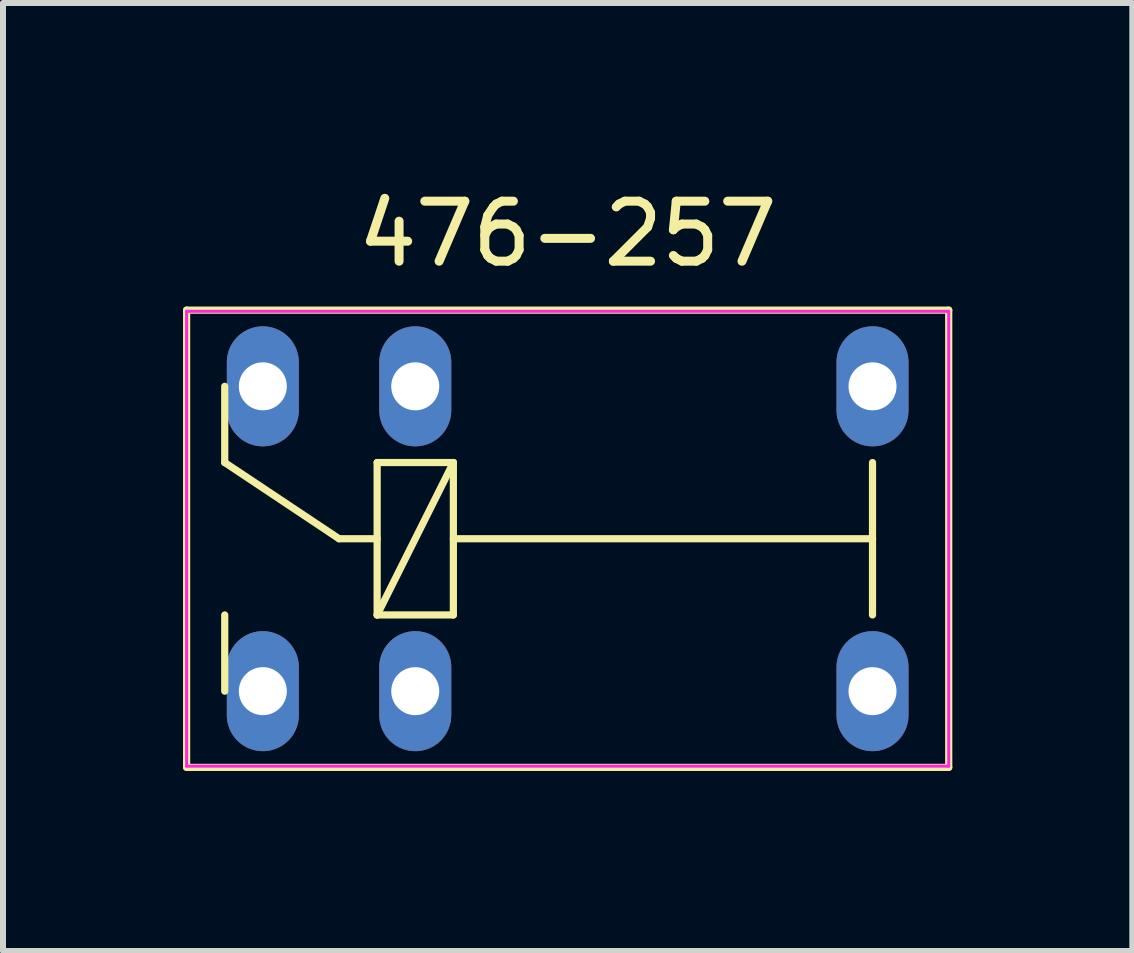
<source format=kicad_pcb>
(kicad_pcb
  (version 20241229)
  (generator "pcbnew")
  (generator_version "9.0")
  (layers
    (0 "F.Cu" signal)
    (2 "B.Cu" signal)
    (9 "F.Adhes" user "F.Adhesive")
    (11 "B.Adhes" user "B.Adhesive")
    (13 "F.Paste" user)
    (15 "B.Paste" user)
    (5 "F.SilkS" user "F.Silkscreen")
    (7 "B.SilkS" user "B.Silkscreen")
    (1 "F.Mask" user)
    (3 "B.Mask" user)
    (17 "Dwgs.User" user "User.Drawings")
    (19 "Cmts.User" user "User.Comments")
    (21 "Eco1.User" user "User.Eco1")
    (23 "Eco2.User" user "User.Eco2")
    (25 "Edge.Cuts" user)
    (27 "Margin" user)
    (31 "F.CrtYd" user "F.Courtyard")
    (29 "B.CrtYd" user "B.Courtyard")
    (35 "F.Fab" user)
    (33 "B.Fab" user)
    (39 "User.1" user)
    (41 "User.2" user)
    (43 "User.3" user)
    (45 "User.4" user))
  (footprint "476-257"
    (layer "F.Cu")
    (at 6.41 5.928)
    (property "Reference" "476-257" (at 0 -5.08 180) (layer "F.SilkS") (effects (font (size 1 1) (thickness 0.15))))
    (attr through_hole)
    (fp_line (start -6.35 -3.81) (end -6.35 3.81) (stroke (width 0.12) (type solid)) (layer "F.SilkS"))
    (fp_line (start -6.35 3.81) (end 6.35 3.81) (stroke (width 0.12) (type solid)) (layer "F.SilkS"))
    (fp_line (start -5.715 -2.54) (end -5.715 -1.27) (stroke (width 0.12) (type solid)) (layer "F.SilkS"))
    (fp_line (start -5.715 2.54) (end -5.715 1.27) (stroke (width 0.12) (type solid)) (layer "F.SilkS"))
    (fp_line (start -3.81 0) (end -5.715 -1.27) (stroke (width 0.12) (type solid)) (layer "F.SilkS"))
    (fp_line (start -3.81 0) (end -3.175 0) (stroke (width 0.12) (type solid)) (layer "F.SilkS"))
    (fp_line (start -3.175 -1.27) (end -3.175 1.27) (stroke (width 0.12) (type solid)) (layer "F.SilkS"))
    (fp_line (start -3.175 -1.27) (end -1.905 -1.27) (stroke (width 0.12) (type solid)) (layer "F.SilkS"))
    (fp_line (start -3.175 1.27) (end -1.905 -1.27) (stroke (width 0.12) (type solid)) (layer "F.SilkS"))
    (fp_line (start -3.175 1.27) (end -1.905 1.27) (stroke (width 0.12) (type solid)) (layer "F.SilkS"))
    (fp_line (start -1.905 -1.27) (end -1.905 1.27) (stroke (width 0.12) (type solid)) (layer "F.SilkS"))
    (fp_line (start -1.905 0) (end 5.08 0) (stroke (width 0.12) (type solid)) (layer "F.SilkS"))
    (fp_line (start 5.08 0) (end 5.08 -1.27) (stroke (width 0.12) (type solid)) (layer "F.SilkS"))
    (fp_line (start 5.08 0) (end 5.08 1.27) (stroke (width 0.12) (type solid)) (layer "F.SilkS"))
    (fp_line (start 6.35 -3.81) (end -6.35 -3.81) (stroke (width 0.12) (type solid)) (layer "F.SilkS"))
    (fp_line (start 6.35 3.81) (end 6.35 -3.81) (stroke (width 0.12) (type solid)) (layer "F.SilkS"))
    (fp_line (start -6.35 -3.79) (end 6.35 -3.79) (stroke (width 0.05) (type solid)) (layer "F.CrtYd"))
    (fp_line (start -6.35 3.79) (end -6.35 -3.79) (stroke (width 0.05) (type solid)) (layer "F.CrtYd"))
    (fp_line (start 6.35 -3.79) (end 6.35 3.79) (stroke (width 0.05) (type solid)) (layer "F.CrtYd"))
    (fp_line (start 6.35 3.79) (end -6.35 3.79) (stroke (width 0.05) (type solid)) (layer "F.CrtYd"))
    (pad "1" thru_hole oval (at -5.08 2.54) (size 1.2 2) (drill 0.8) (layers "*.Cu" "*.Mask"))
    (pad "2" thru_hole oval (at -2.54 2.54) (size 1.2 2) (drill 0.8) (layers "*.Cu" "*.Mask"))
    (pad "5" thru_hole oval (at 5.08 2.54) (size 1.2 2) (drill 0.8) (layers "*.Cu" "*.Mask"))
    (pad "6" thru_hole oval (at 5.08 -2.54) (size 1.2 2) (drill 0.8) (layers "*.Cu" "*.Mask"))
    (pad "9" thru_hole oval (at -2.54 -2.54) (size 1.2 2) (drill 0.8) (layers "*.Cu" "*.Mask"))
    (pad "10" thru_hole oval (at -5.08 -2.54) (size 1.2 2) (drill 0.8) (layers "*.Cu" "*.Mask")))
  (gr_rect
    (start -3 -3)
    (end 15.82 12.798)
    (stroke (width 0.1) (type default))
    (fill no)
    (layer "Edge.Cuts")))
</source>
